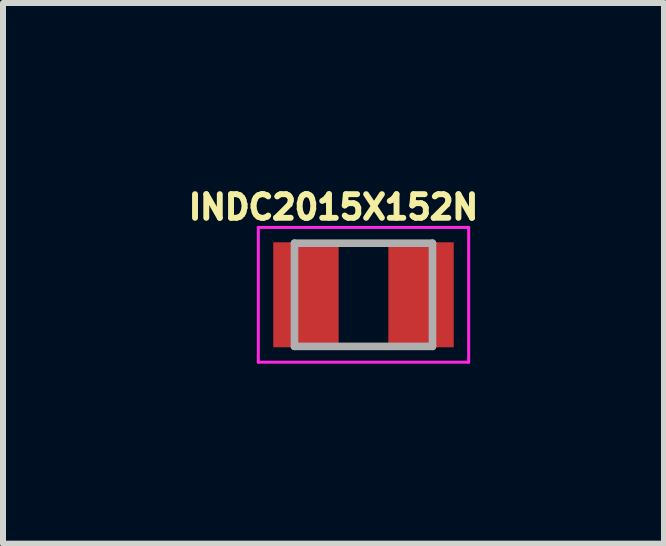
<source format=kicad_pcb>
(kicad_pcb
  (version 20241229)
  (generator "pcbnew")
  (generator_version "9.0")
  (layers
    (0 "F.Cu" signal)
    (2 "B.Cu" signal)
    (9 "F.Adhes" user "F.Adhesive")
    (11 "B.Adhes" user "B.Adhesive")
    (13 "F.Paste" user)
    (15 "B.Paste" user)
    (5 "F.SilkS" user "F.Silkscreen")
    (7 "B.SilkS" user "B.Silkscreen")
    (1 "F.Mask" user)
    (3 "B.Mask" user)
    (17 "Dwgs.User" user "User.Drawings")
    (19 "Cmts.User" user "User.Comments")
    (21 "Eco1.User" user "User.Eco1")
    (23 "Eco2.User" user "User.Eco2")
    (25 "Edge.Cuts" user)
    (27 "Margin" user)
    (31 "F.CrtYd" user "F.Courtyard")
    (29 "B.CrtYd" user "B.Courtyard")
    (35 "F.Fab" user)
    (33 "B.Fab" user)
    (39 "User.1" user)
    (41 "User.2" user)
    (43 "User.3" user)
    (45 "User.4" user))
  (footprint "INDC2015X152N"
    (layer "F.Cu")
    (at 3.008 1.863)
    (property "Reference" "INDC2015X152N" (at -0.5 -1.46 0) (layer "F.SilkS") (effects (font (size 0.394 0.394) (thickness 0.15))))
    (attr smd)
    (fp_line (start -1.753 -1.123) (end 1.753 -1.123) (stroke (width 0.05) (type solid)) (layer "F.CrtYd"))
    (fp_line (start -1.753 1.123) (end -1.753 -1.123) (stroke (width 0.05) (type solid)) (layer "F.CrtYd"))
    (fp_line (start -1.753 1.123) (end 1.753 1.123) (stroke (width 0.05) (type solid)) (layer "F.CrtYd"))
    (fp_line (start 1.753 1.123) (end 1.753 -1.123) (stroke (width 0.05) (type solid)) (layer "F.CrtYd"))
    (fp_line (start -1.15 0.86) (end -1.15 -0.86) (stroke (width 0.127) (type solid)) (layer "F.Fab"))
    (fp_line (start 1.15 -0.86) (end -1.15 -0.86) (stroke (width 0.127) (type solid)) (layer "F.Fab"))
    (fp_line (start 1.15 0.86) (end -1.15 0.86) (stroke (width 0.127) (type solid)) (layer "F.Fab"))
    (fp_line (start 1.15 0.86) (end 1.15 -0.86) (stroke (width 0.127) (type solid)) (layer "F.Fab"))
    (pad "1" smd rect (at -0.959 0) (size 1.09 1.75) (layers "F.Cu" "F.Mask" "F.Paste"))
    (pad "2" smd rect (at 0.959 0) (size 1.09 1.75) (layers "F.Cu" "F.Mask" "F.Paste")))
  (gr_rect
    (start -3 -3)
    (end 8.016 6.011)
    (stroke (width 0.1) (type default))
    (fill no)
    (layer "Edge.Cuts")))
</source>
